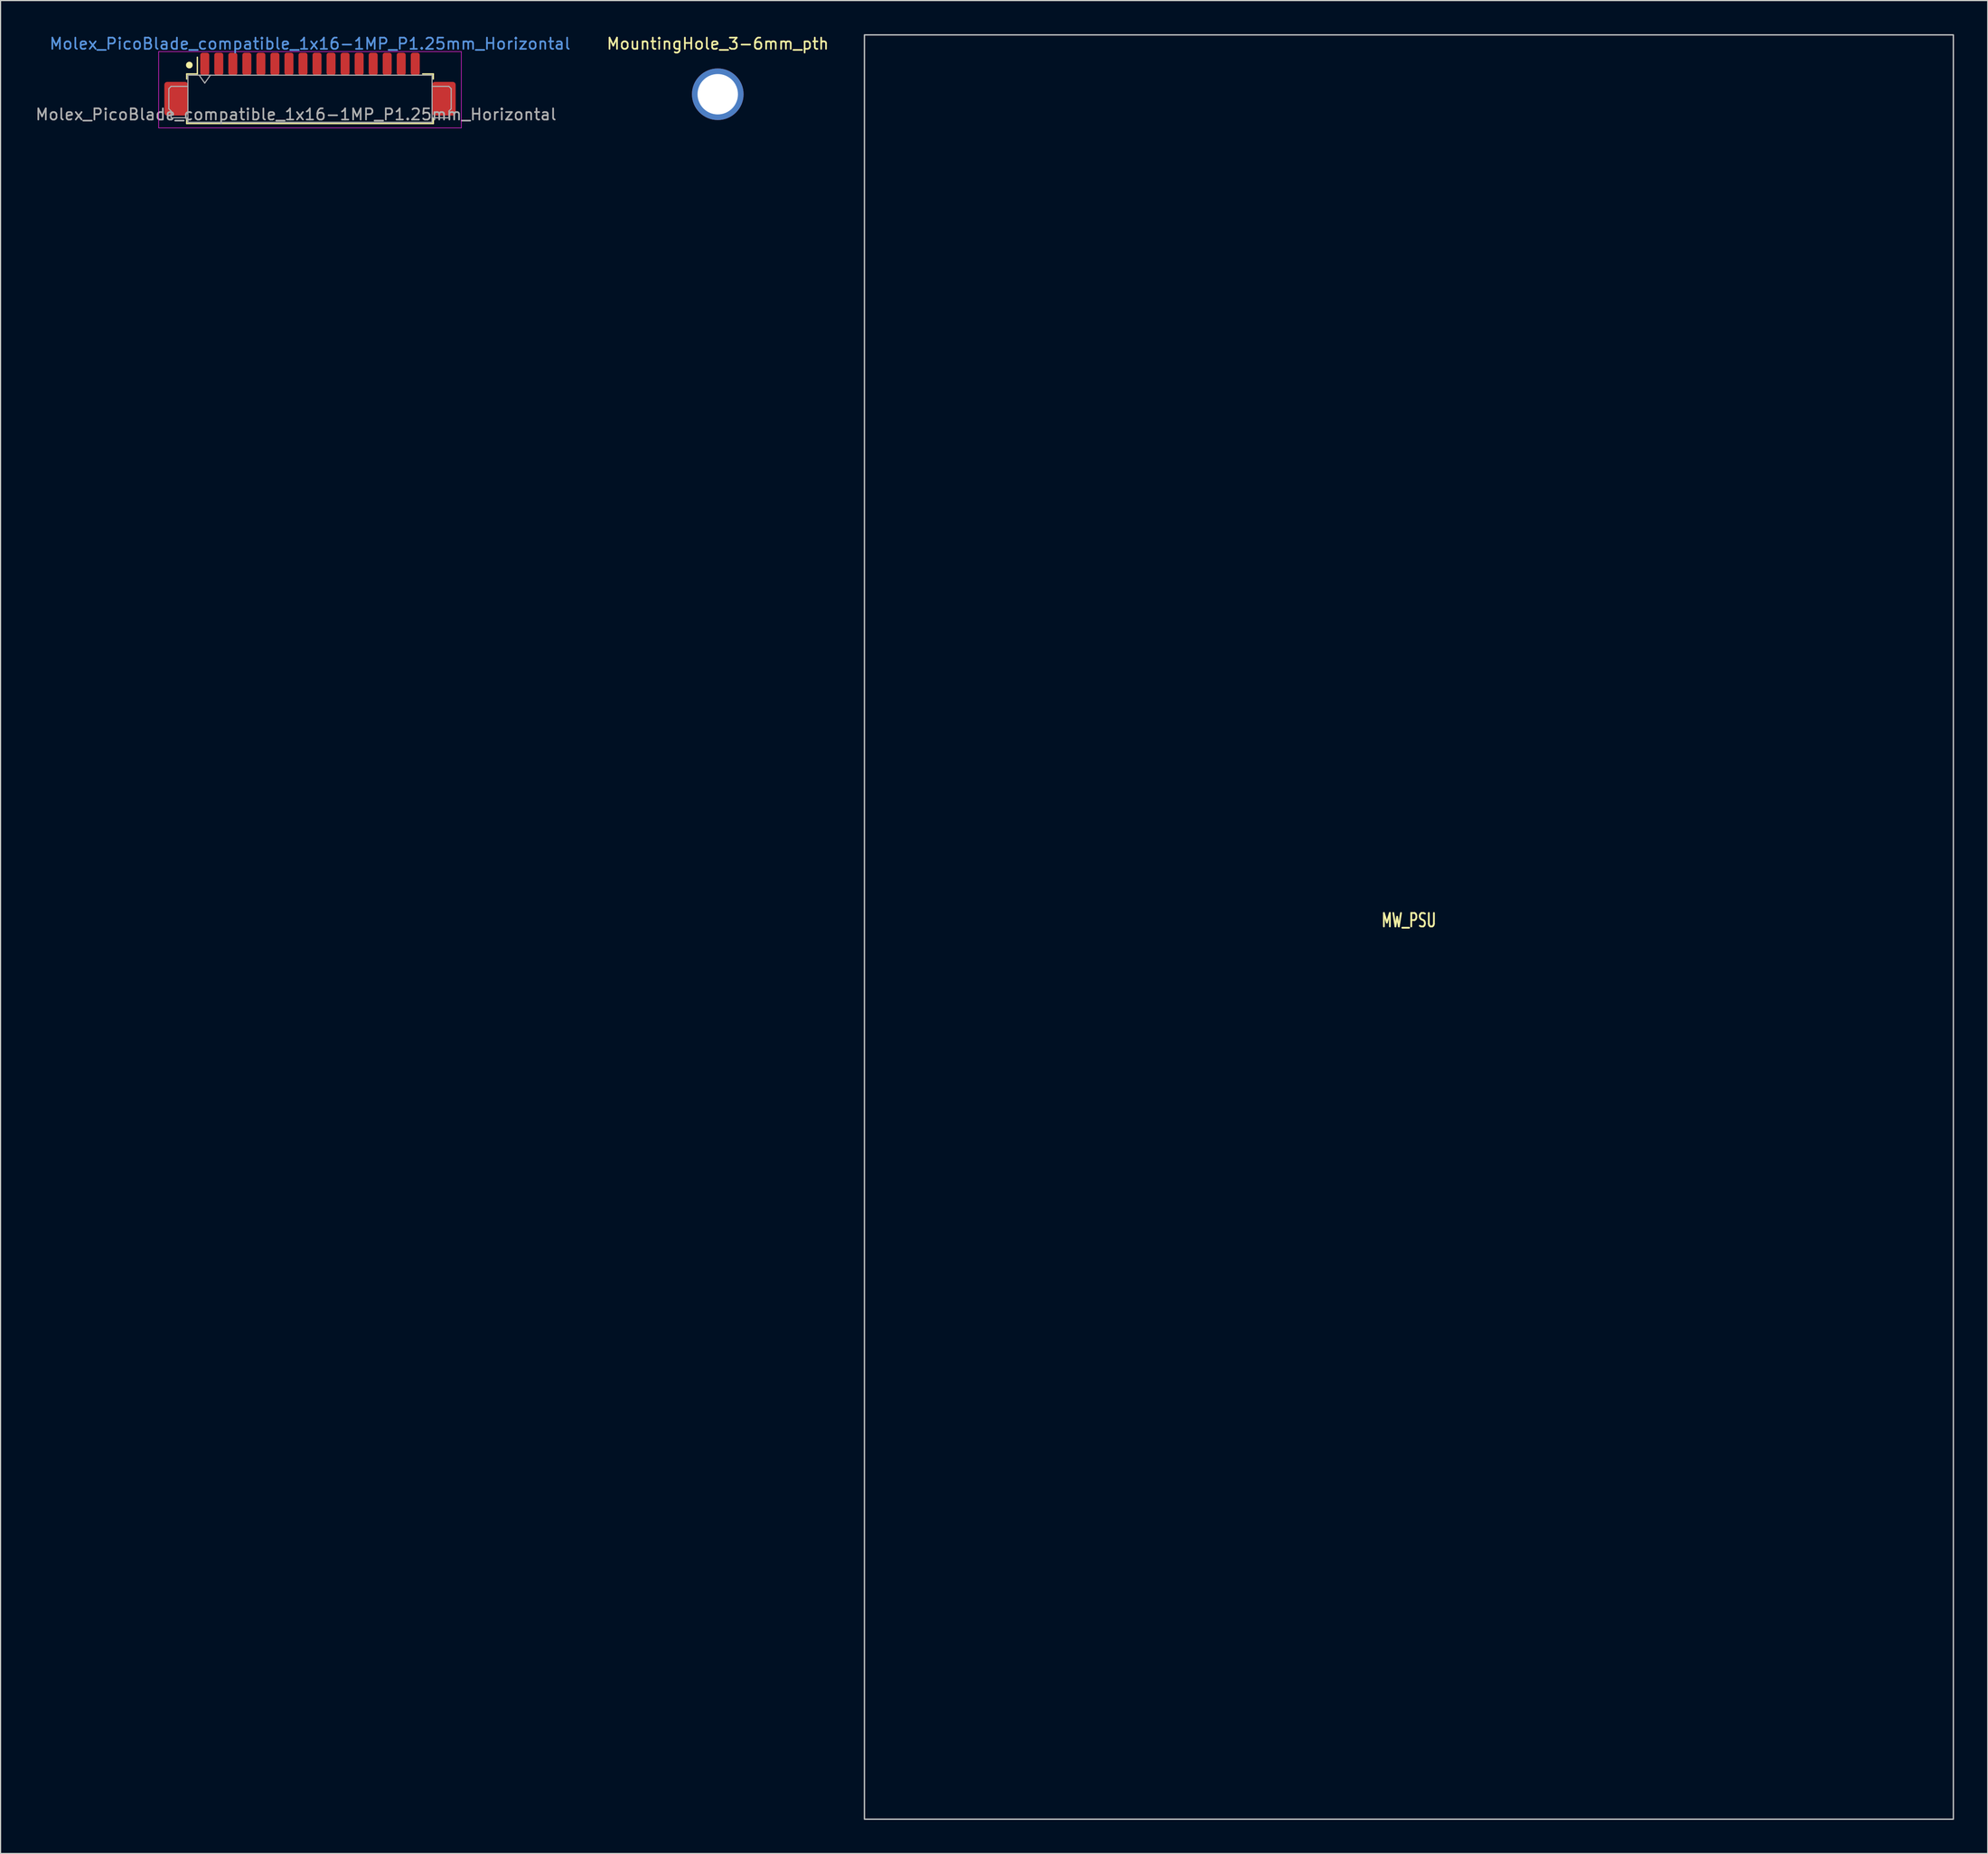
<source format=kicad_pcb>
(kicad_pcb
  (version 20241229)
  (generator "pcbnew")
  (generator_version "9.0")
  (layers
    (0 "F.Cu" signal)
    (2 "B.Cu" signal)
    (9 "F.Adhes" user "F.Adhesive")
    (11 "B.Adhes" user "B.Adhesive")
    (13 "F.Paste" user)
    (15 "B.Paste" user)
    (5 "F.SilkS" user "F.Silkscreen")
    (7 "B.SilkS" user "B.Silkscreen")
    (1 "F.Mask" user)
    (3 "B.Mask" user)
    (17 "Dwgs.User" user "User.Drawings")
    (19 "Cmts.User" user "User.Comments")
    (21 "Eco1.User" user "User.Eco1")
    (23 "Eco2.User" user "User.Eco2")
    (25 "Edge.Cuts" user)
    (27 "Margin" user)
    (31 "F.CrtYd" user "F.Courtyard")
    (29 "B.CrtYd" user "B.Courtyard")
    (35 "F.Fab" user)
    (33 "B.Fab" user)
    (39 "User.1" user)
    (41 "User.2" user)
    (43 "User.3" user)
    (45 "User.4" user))
  (footprint "MW_PSU"
    (layer "F.Cu")
    (at 122.453 79.56)
    (property "Reference" "MW_PSU" (at 0 -0.6 0) (unlocked yes) (layer "F.SilkS") (effects (font (size 1.2 0.8) (thickness 0.16))))
    (attr smd exclude_from_pos_files)
    (fp_rect (start -48.5 79.5) (end 48.5 -79.5) (stroke (width 0.12) (type solid)) (fill no) (layer "Dwgs.User")))
  (footprint "Molex_PicoBlade_compatible_1x16-1MP_P1.25mm_Horizontal"
    (layer "F.Cu")
    (at 24.565 5.248)
    (property "Reference" "Molex_PicoBlade_compatible_1x16-1MP_P1.25mm_Horizontal" (at 0 -4.4 0) (layer "Cmts.User") (effects (font (size 1 1) (thickness 0.15))))
    (attr smd)
    (fp_line (start -10.985 -1.71) (end -10.035 -1.71) (stroke (width 0.12) (type solid)) (layer "F.SilkS"))
    (fp_line (start -10.985 -1.26) (end -10.985 -1.71) (stroke (width 0.12) (type solid)) (layer "F.SilkS"))
    (fp_line (start -10.985 2.26) (end -10.985 2.71) (stroke (width 0.12) (type solid)) (layer "F.SilkS"))
    (fp_line (start -10.985 2.71) (end 10.985 2.71) (stroke (width 0.12) (type solid)) (layer "F.SilkS"))
    (fp_line (start -10.035 -1.71) (end -10.035 -3.2) (stroke (width 0.12) (type solid)) (layer "F.SilkS"))
    (fp_line (start 10.985 -1.71) (end 10.035 -1.71) (stroke (width 0.12) (type solid)) (layer "F.SilkS"))
    (fp_line (start 10.985 -1.26) (end 10.985 -1.71) (stroke (width 0.12) (type solid)) (layer "F.SilkS"))
    (fp_line (start 10.985 2.71) (end 10.985 2.26) (stroke (width 0.12) (type solid)) (layer "F.SilkS"))
    (fp_circle (center -10.75 -2.5) (end -10.6 -2.5) (stroke (width 0.3) (type solid)) (fill no) (layer "F.SilkS"))
    (fp_line (start -13.48 -3.7) (end -13.48 3.1) (stroke (width 0.05) (type solid)) (layer "F.CrtYd"))
    (fp_line (start -13.48 3.1) (end 13.48 3.1) (stroke (width 0.05) (type solid)) (layer "F.CrtYd"))
    (fp_line (start 13.48 -3.7) (end -13.48 -3.7) (stroke (width 0.05) (type solid)) (layer "F.CrtYd"))
    (fp_line (start 13.48 3.1) (end 13.48 -3.7) (stroke (width 0.05) (type solid)) (layer "F.CrtYd"))
    (fp_line (start -12.575 -0.4) (end -12.575 1.4) (stroke (width 0.1) (type solid)) (layer "F.Fab"))
    (fp_line (start -12.575 1.4) (end -12.375 1.6) (stroke (width 0.1) (type solid)) (layer "F.Fab"))
    (fp_line (start -12.375 -0.6) (end -12.575 -0.4) (stroke (width 0.1) (type solid)) (layer "F.Fab"))
    (fp_line (start -12.375 1.6) (end -12.375 2.2) (stroke (width 0.1) (type solid)) (layer "F.Fab"))
    (fp_line (start -12.375 2.2) (end -10.875 2.2) (stroke (width 0.1) (type solid)) (layer "F.Fab"))
    (fp_line (start -10.875 -1.6) (end -10.875 2.6) (stroke (width 0.1) (type solid)) (layer "F.Fab"))
    (fp_line (start -10.875 -1.6) (end 10.875 -1.6) (stroke (width 0.1) (type solid)) (layer "F.Fab"))
    (fp_line (start -10.875 -0.6) (end -12.375 -0.6) (stroke (width 0.1) (type solid)) (layer "F.Fab"))
    (fp_line (start -10.875 2.6) (end 10.875 2.6) (stroke (width 0.1) (type solid)) (layer "F.Fab"))
    (fp_line (start -9.875 -1.6) (end -9.375 -0.893) (stroke (width 0.1) (type solid)) (layer "F.Fab"))
    (fp_line (start -9.375 -0.893) (end -8.875 -1.6) (stroke (width 0.1) (type solid)) (layer "F.Fab"))
    (fp_line (start 10.875 -1.6) (end 10.875 2.6) (stroke (width 0.1) (type solid)) (layer "F.Fab"))
    (fp_line (start 10.875 -0.6) (end 12.375 -0.6) (stroke (width 0.1) (type solid)) (layer "F.Fab"))
    (fp_line (start 12.375 -0.6) (end 12.575 -0.4) (stroke (width 0.1) (type solid)) (layer "F.Fab"))
    (fp_line (start 12.375 1.6) (end 12.375 2.2) (stroke (width 0.1) (type solid)) (layer "F.Fab"))
    (fp_line (start 12.375 2.2) (end 10.875 2.2) (stroke (width 0.1) (type solid)) (layer "F.Fab"))
    (fp_line (start 12.575 -0.4) (end 12.575 1.4) (stroke (width 0.1) (type solid)) (layer "F.Fab"))
    (fp_line (start 12.575 1.4) (end 12.375 1.6) (stroke (width 0.1) (type solid)) (layer "F.Fab"))
    (fp_text user "${REFERENCE}" (at -1.25 1.9 0) (layer "F.Fab") (effects (font (size 1 1) (thickness 0.15))))
    (pad "1" smd roundrect (at -9.375 -2.6) (size 0.8 2) (layers "F.Cu" "F.Mask" "F.Paste") (roundrect_rratio 0.25))
    (pad "2" smd roundrect (at -8.125 -2.6) (size 0.8 2) (layers "F.Cu" "F.Mask" "F.Paste") (roundrect_rratio 0.25))
    (pad "3" smd roundrect (at -6.875 -2.6) (size 0.8 2) (layers "F.Cu" "F.Mask" "F.Paste") (roundrect_rratio 0.25))
    (pad "4" smd roundrect (at -5.625 -2.6) (size 0.8 2) (layers "F.Cu" "F.Mask" "F.Paste") (roundrect_rratio 0.25))
    (pad "5" smd roundrect (at -4.375 -2.6) (size 0.8 2) (layers "F.Cu" "F.Mask" "F.Paste") (roundrect_rratio 0.25))
    (pad "6" smd roundrect (at -3.125 -2.6) (size 0.8 2) (layers "F.Cu" "F.Mask" "F.Paste") (roundrect_rratio 0.25))
    (pad "7" smd roundrect (at -1.875 -2.6) (size 0.8 2) (layers "F.Cu" "F.Mask" "F.Paste") (roundrect_rratio 0.25))
    (pad "8" smd roundrect (at -0.625 -2.6) (size 0.8 2) (layers "F.Cu" "F.Mask" "F.Paste") (roundrect_rratio 0.25))
    (pad "9" smd roundrect (at 0.625 -2.6) (size 0.8 2) (layers "F.Cu" "F.Mask" "F.Paste") (roundrect_rratio 0.25))
    (pad "10" smd roundrect (at 1.875 -2.6) (size 0.8 2) (layers "F.Cu" "F.Mask" "F.Paste") (roundrect_rratio 0.25))
    (pad "11" smd roundrect (at 3.125 -2.6) (size 0.8 2) (layers "F.Cu" "F.Mask" "F.Paste") (roundrect_rratio 0.25))
    (pad "12" smd roundrect (at 4.375 -2.6) (size 0.8 2) (layers "F.Cu" "F.Mask" "F.Paste") (roundrect_rratio 0.25))
    (pad "13" smd roundrect (at 5.625 -2.6) (size 0.8 2) (layers "F.Cu" "F.Mask" "F.Paste") (roundrect_rratio 0.25))
    (pad "14" smd roundrect (at 6.875 -2.6) (size 0.8 2) (layers "F.Cu" "F.Mask" "F.Paste") (roundrect_rratio 0.25))
    (pad "15" smd roundrect (at 8.125 -2.6) (size 0.8 2) (layers "F.Cu" "F.Mask" "F.Paste") (roundrect_rratio 0.25))
    (pad "16" smd roundrect (at 9.375 -2.6) (size 0.8 2) (layers "F.Cu" "F.Mask" "F.Paste") (roundrect_rratio 0.25))
    (pad "MP" smd roundrect (at -11.925 0.5) (size 2.1 3) (layers "F.Cu" "F.Mask" "F.Paste") (roundrect_rratio 0.119))
    (pad "MP" smd roundrect (at 11.925 0.5) (size 2.1 3) (layers "F.Cu" "F.Mask" "F.Paste") (roundrect_rratio 0.119)))
  (footprint "MountingHole_3-6mm_pth"
    (layer "F.Cu")
    (at 60.887 5.348)
    (property "Reference" "MountingHole_3-6mm_pth" (at 0 -4.5 0) (layer "F.SilkS") (effects (font (size 1 1) (thickness 0.15))))
    (attr through_hole)
    (fp_circle (center 0 0) (end 1.6 0) (stroke (width 0.3) (type solid)) (fill no) (layer "Cmts.User"))
    (pad "1" thru_hole circle (at 0 0) (size 4.6 4.6) (drill 3.6) (layers "*.Cu" "*.Mask")))
  (gr_rect
    (start -3 -3)
    (end 174.013 162.12)
    (stroke (width 0.1) (type default))
    (fill no)
    (layer "Edge.Cuts")))
</source>
